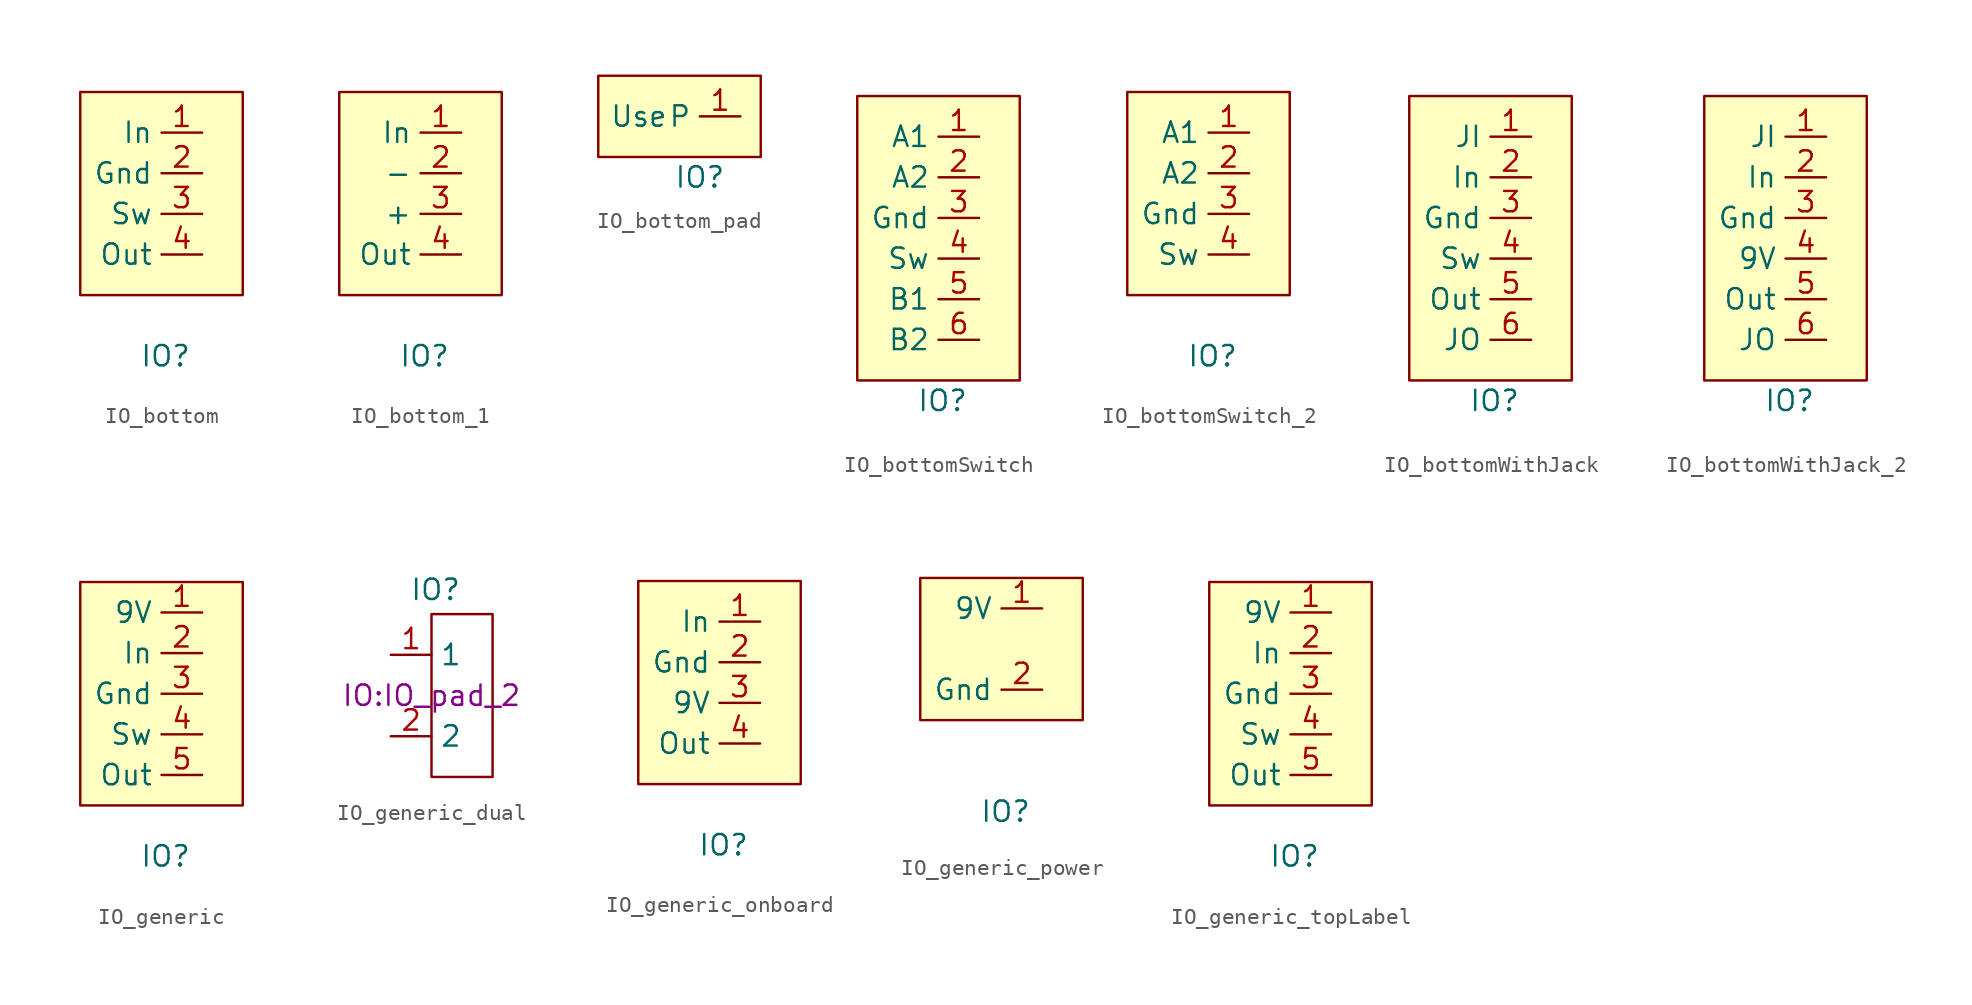
<source format=kicad_sym>
(kicad_symbol_lib
  (version 20241209)
  (generator "kicad_symbol_editor")
  (generator_version "9.0")
  (symbol "IO_bottom"
    (property "Reference" "IO"
      (at 0.254 -10.16 0)
      (effects (font (size 1.27 1.27))))
    (symbol "IO_bottom_1_1"
      (rectangle (start -5.08 6.35) (end 5.08 -6.35) (stroke (width 0) (type default)) (fill (type background)))
      (pin input line (at 2.54 3.81 180) (length 2.54) (name "In" (effects (font (size 1.27 1.27)))) (number "1" (effects (font (size 1.27 1.27)))))
      (pin power_in line (at 2.54 1.27 180) (length 2.54) (name "Gnd" (effects (font (size 1.27 1.27)))) (number "2" (effects (font (size 1.27 1.27)))))
      (pin input line (at 2.54 -1.27 180) (length 2.54) (name "Sw" (effects (font (size 1.27 1.27)))) (number "3" (effects (font (size 1.27 1.27)))))
      (pin input line (at 2.54 -3.81 180) (length 2.54) (name "Out" (effects (font (size 1.27 1.27)))) (number "4" (effects (font (size 1.27 1.27)))))))
  (symbol "IO_bottom_1"
    (property "Reference" "IO"
      (at 0.254 -10.16 0)
      (effects (font (size 1.27 1.27))))
    (symbol "IO_bottom_1_1_1"
      (rectangle (start -5.08 6.35) (end 5.08 -6.35) (stroke (width 0) (type default)) (fill (type background)))
      (pin input line (at 2.54 3.81 180) (length 2.54) (name "In" (effects (font (size 1.27 1.27)))) (number "1" (effects (font (size 1.27 1.27)))))
      (pin power_in line (at 2.54 1.27 180) (length 2.54) (name "-" (effects (font (size 1.27 1.27)))) (number "2" (effects (font (size 1.27 1.27)))))
      (pin input line (at 2.54 -1.27 180) (length 2.54) (name "+" (effects (font (size 1.27 1.27)))) (number "3" (effects (font (size 1.27 1.27)))))
      (pin input line (at 2.54 -3.81 180) (length 2.54) (name "Out" (effects (font (size 1.27 1.27)))) (number "4" (effects (font (size 1.27 1.27)))))))
  (symbol "IO_bottom_pad"
    (property "Reference" "IO"
      (at 0 -3.81 0)
      (effects (font (size 1.27 1.27))))
    (property "Value" "Use"
      (at -3.81 0 0)
      (effects (font (size 1.27 1.27))))
    (symbol "IO_bottom_pad_1_1"
      (rectangle (start -6.35 2.54) (end 3.81 -2.54) (stroke (width 0) (type default)) (fill (type background)))
      (pin passive line (at 2.54 0 180) (length 2.54) (name "P" (effects (font (size 1.27 1.27)))) (number "1" (effects (font (size 1.27 1.27)))))))
  (symbol "IO_bottomSwitch"
    (property "Reference" "IO"
      (at 0.254 -10.16 0)
      (effects (font (size 1.27 1.27))))
    (symbol "IO_bottomSwitch_1_1"
      (rectangle (start -5.08 8.89) (end 5.08 -8.89) (stroke (width 0) (type default)) (fill (type background)))
      (pin input line (at 2.54 6.35 180) (length 2.54) (name "A1" (effects (font (size 1.27 1.27)))) (number "1" (effects (font (size 1.27 1.27)))))
      (pin input line (at 2.54 3.81 180) (length 2.54) (name "A2" (effects (font (size 1.27 1.27)))) (number "2" (effects (font (size 1.27 1.27)))))
      (pin power_in line (at 2.54 1.27 180) (length 2.54) (name "Gnd" (effects (font (size 1.27 1.27)))) (number "3" (effects (font (size 1.27 1.27)))))
      (pin power_out line (at 2.54 -1.27 180) (length 2.54) (name "Sw" (effects (font (size 1.27 1.27)))) (number "4" (effects (font (size 1.27 1.27)))))
      (pin input line (at 2.54 -3.81 180) (length 2.54) (name "B1" (effects (font (size 1.27 1.27)))) (number "5" (effects (font (size 1.27 1.27)))))
      (pin input line (at 2.54 -6.35 180) (length 2.54) (name "B2" (effects (font (size 1.27 1.27)))) (number "6" (effects (font (size 1.27 1.27)))))))
  (symbol "IO_bottomSwitch_2"
    (property "Reference" "IO"
      (at 0.254 -10.16 0)
      (effects (font (size 1.27 1.27))))
    (symbol "IO_bottomSwitch_2_1_1"
      (rectangle (start -5.08 6.35) (end 5.08 -6.35) (stroke (width 0) (type default)) (fill (type background)))
      (pin input line (at 2.54 3.81 180) (length 2.54) (name "A1" (effects (font (size 1.27 1.27)))) (number "1" (effects (font (size 1.27 1.27)))))
      (pin input line (at 2.54 1.27 180) (length 2.54) (name "A2" (effects (font (size 1.27 1.27)))) (number "2" (effects (font (size 1.27 1.27)))))
      (pin power_in line (at 2.54 -1.27 180) (length 2.54) (name "Gnd" (effects (font (size 1.27 1.27)))) (number "3" (effects (font (size 1.27 1.27)))))
      (pin power_out line (at 2.54 -3.81 180) (length 2.54) (name "Sw" (effects (font (size 1.27 1.27)))) (number "4" (effects (font (size 1.27 1.27)))))))
  (symbol "IO_bottomWithJack"
    (property "Reference" "IO"
      (at 0.254 -10.16 0)
      (effects (font (size 1.27 1.27))))
    (symbol "IO_bottomWithJack_1_1"
      (rectangle (start -5.08 8.89) (end 5.08 -8.89) (stroke (width 0) (type default)) (fill (type background)))
      (pin input line (at 2.54 6.35 180) (length 2.54) (name "JI" (effects (font (size 1.27 1.27)))) (number "1" (effects (font (size 1.27 1.27)))))
      (pin input line (at 2.54 3.81 180) (length 2.54) (name "In" (effects (font (size 1.27 1.27)))) (number "2" (effects (font (size 1.27 1.27)))))
      (pin power_in line (at 2.54 1.27 180) (length 2.54) (name "Gnd" (effects (font (size 1.27 1.27)))) (number "3" (effects (font (size 1.27 1.27)))))
      (pin power_out line (at 2.54 -1.27 180) (length 2.54) (name "Sw" (effects (font (size 1.27 1.27)))) (number "4" (effects (font (size 1.27 1.27)))))
      (pin input line (at 2.54 -3.81 180) (length 2.54) (name "Out" (effects (font (size 1.27 1.27)))) (number "5" (effects (font (size 1.27 1.27)))))
      (pin input line (at 2.54 -6.35 180) (length 2.54) (name "JO" (effects (font (size 1.27 1.27)))) (number "6" (effects (font (size 1.27 1.27)))))))
  (symbol "IO_bottomWithJack_2"
    (property "Reference" "IO"
      (at 0.254 -10.16 0)
      (effects (font (size 1.27 1.27))))
    (symbol "IO_bottomWithJack_2_1_1"
      (rectangle (start -5.08 8.89) (end 5.08 -8.89) (stroke (width 0) (type default)) (fill (type background)))
      (pin input line (at 2.54 6.35 180) (length 2.54) (name "JI" (effects (font (size 1.27 1.27)))) (number "1" (effects (font (size 1.27 1.27)))))
      (pin input line (at 2.54 3.81 180) (length 2.54) (name "In" (effects (font (size 1.27 1.27)))) (number "2" (effects (font (size 1.27 1.27)))))
      (pin power_in line (at 2.54 1.27 180) (length 2.54) (name "Gnd" (effects (font (size 1.27 1.27)))) (number "3" (effects (font (size 1.27 1.27)))))
      (pin power_out line (at 2.54 -1.27 180) (length 2.54) (name "9V" (effects (font (size 1.27 1.27)))) (number "4" (effects (font (size 1.27 1.27)))))
      (pin input line (at 2.54 -3.81 180) (length 2.54) (name "Out" (effects (font (size 1.27 1.27)))) (number "5" (effects (font (size 1.27 1.27)))))
      (pin input line (at 2.54 -6.35 180) (length 2.54) (name "JO" (effects (font (size 1.27 1.27)))) (number "6" (effects (font (size 1.27 1.27)))))))
  (symbol "IO_generic"
    (property "Reference" "IO"
      (at 0.254 -10.16 0)
      (effects (font (size 1.27 1.27))))
    (symbol "IO_generic_1_1"
      (rectangle (start -5.08 6.985) (end 5.08 -6.985) (stroke (width 0) (type default)) (fill (type background)))
      (pin power_out line (at 2.54 5.08 180) (length 2.54) (name "9V" (effects (font (size 1.27 1.27)))) (number "1" (effects (font (size 1.27 1.27)))))
      (pin input line (at 2.54 2.54 180) (length 2.54) (name "In" (effects (font (size 1.27 1.27)))) (number "2" (effects (font (size 1.27 1.27)))))
      (pin power_in line (at 2.54 0 180) (length 2.54) (name "Gnd" (effects (font (size 1.27 1.27)))) (number "3" (effects (font (size 1.27 1.27)))))
      (pin input line (at 2.54 -2.54 180) (length 2.54) (name "Sw" (effects (font (size 1.27 1.27)))) (number "4" (effects (font (size 1.27 1.27)))))
      (pin input line (at 2.54 -5.08 180) (length 2.54) (name "Out" (effects (font (size 1.27 1.27)))) (number "5" (effects (font (size 1.27 1.27)))))))
  (symbol "IO_generic_dual"
    (property "Reference" "IO"
      (at 0.254 6.604 0)
      (effects (font (size 1.27 1.27))))
    (property "Value" ""
      (at 0 0 0)
      (effects (font (size 1.27 1.27))))
    (property "Footprint" "IO:IO_pad_2"
      (at 0 0 0)
      (effects (font (size 1.27 1.27))))
    (symbol "IO_generic_dual_0_1"
      (rectangle (start 0 5.08) (end 3.81 -5.08) (stroke (width 0) (type default)) (fill (type none))))
    (symbol "IO_generic_dual_1_1"
      (pin unspecified line (at -2.54 2.54 0) (length 2.54) (name "1" (effects (font (size 1.27 1.27)))) (number "1" (effects (font (size 1.27 1.27)))))
      (pin unspecified line (at -2.54 -2.54 0) (length 2.54) (name "2" (effects (font (size 1.27 1.27)))) (number "2" (effects (font (size 1.27 1.27)))))))
  (symbol "IO_generic_onboard"
    (property "Reference" "IO"
      (at 0.254 -10.16 0)
      (effects (font (size 1.27 1.27))))
    (symbol "IO_generic_onboard_1_1"
      (rectangle (start -5.08 6.35) (end 5.08 -6.35) (stroke (width 0) (type default)) (fill (type background)))
      (pin input line (at 2.54 3.81 180) (length 2.54) (name "In" (effects (font (size 1.27 1.27)))) (number "1" (effects (font (size 1.27 1.27)))))
      (pin power_in line (at 2.54 1.27 180) (length 2.54) (name "Gnd" (effects (font (size 1.27 1.27)))) (number "2" (effects (font (size 1.27 1.27)))))
      (pin power_out line (at 2.54 -1.27 180) (length 2.54) (name "9V" (effects (font (size 1.27 1.27)))) (number "3" (effects (font (size 1.27 1.27)))))
      (pin input line (at 2.54 -3.81 180) (length 2.54) (name "Out" (effects (font (size 1.27 1.27)))) (number "4" (effects (font (size 1.27 1.27)))))))
  (symbol "IO_generic_power"
    (property "Reference" "IO"
      (at 0.254 -10.16 0)
      (effects (font (size 1.27 1.27))))
    (symbol "IO_generic_power_1_1"
      (rectangle (start -5.08 4.445) (end 5.08 -4.445) (stroke (width 0) (type default)) (fill (type background)))
      (pin power_out line (at 2.54 2.54 180) (length 2.54) (name "9V" (effects (font (size 1.27 1.27)))) (number "1" (effects (font (size 1.27 1.27)))))
      (pin power_in line (at 2.54 -2.54 180) (length 2.54) (name "Gnd" (effects (font (size 1.27 1.27)))) (number "2" (effects (font (size 1.27 1.27)))))))
  (symbol "IO_generic_topLabel"
    (property "Reference" "IO"
      (at 0.254 -10.16 0)
      (effects (font (size 1.27 1.27))))
    (symbol "IO_generic_topLabel_1_1"
      (rectangle (start -5.08 6.985) (end 5.08 -6.985) (stroke (width 0) (type default)) (fill (type background)))
      (pin power_out line (at 2.54 5.08 180) (length 2.54) (name "9V" (effects (font (size 1.27 1.27)))) (number "1" (effects (font (size 1.27 1.27)))))
      (pin input line (at 2.54 2.54 180) (length 2.54) (name "In" (effects (font (size 1.27 1.27)))) (number "2" (effects (font (size 1.27 1.27)))))
      (pin power_in line (at 2.54 0 180) (length 2.54) (name "Gnd" (effects (font (size 1.27 1.27)))) (number "3" (effects (font (size 1.27 1.27)))))
      (pin input line (at 2.54 -2.54 180) (length 2.54) (name "Sw" (effects (font (size 1.27 1.27)))) (number "4" (effects (font (size 1.27 1.27)))))
      (pin input line (at 2.54 -5.08 180) (length 2.54) (name "Out" (effects (font (size 1.27 1.27)))) (number "5" (effects (font (size 1.27 1.27))))))))
</source>
